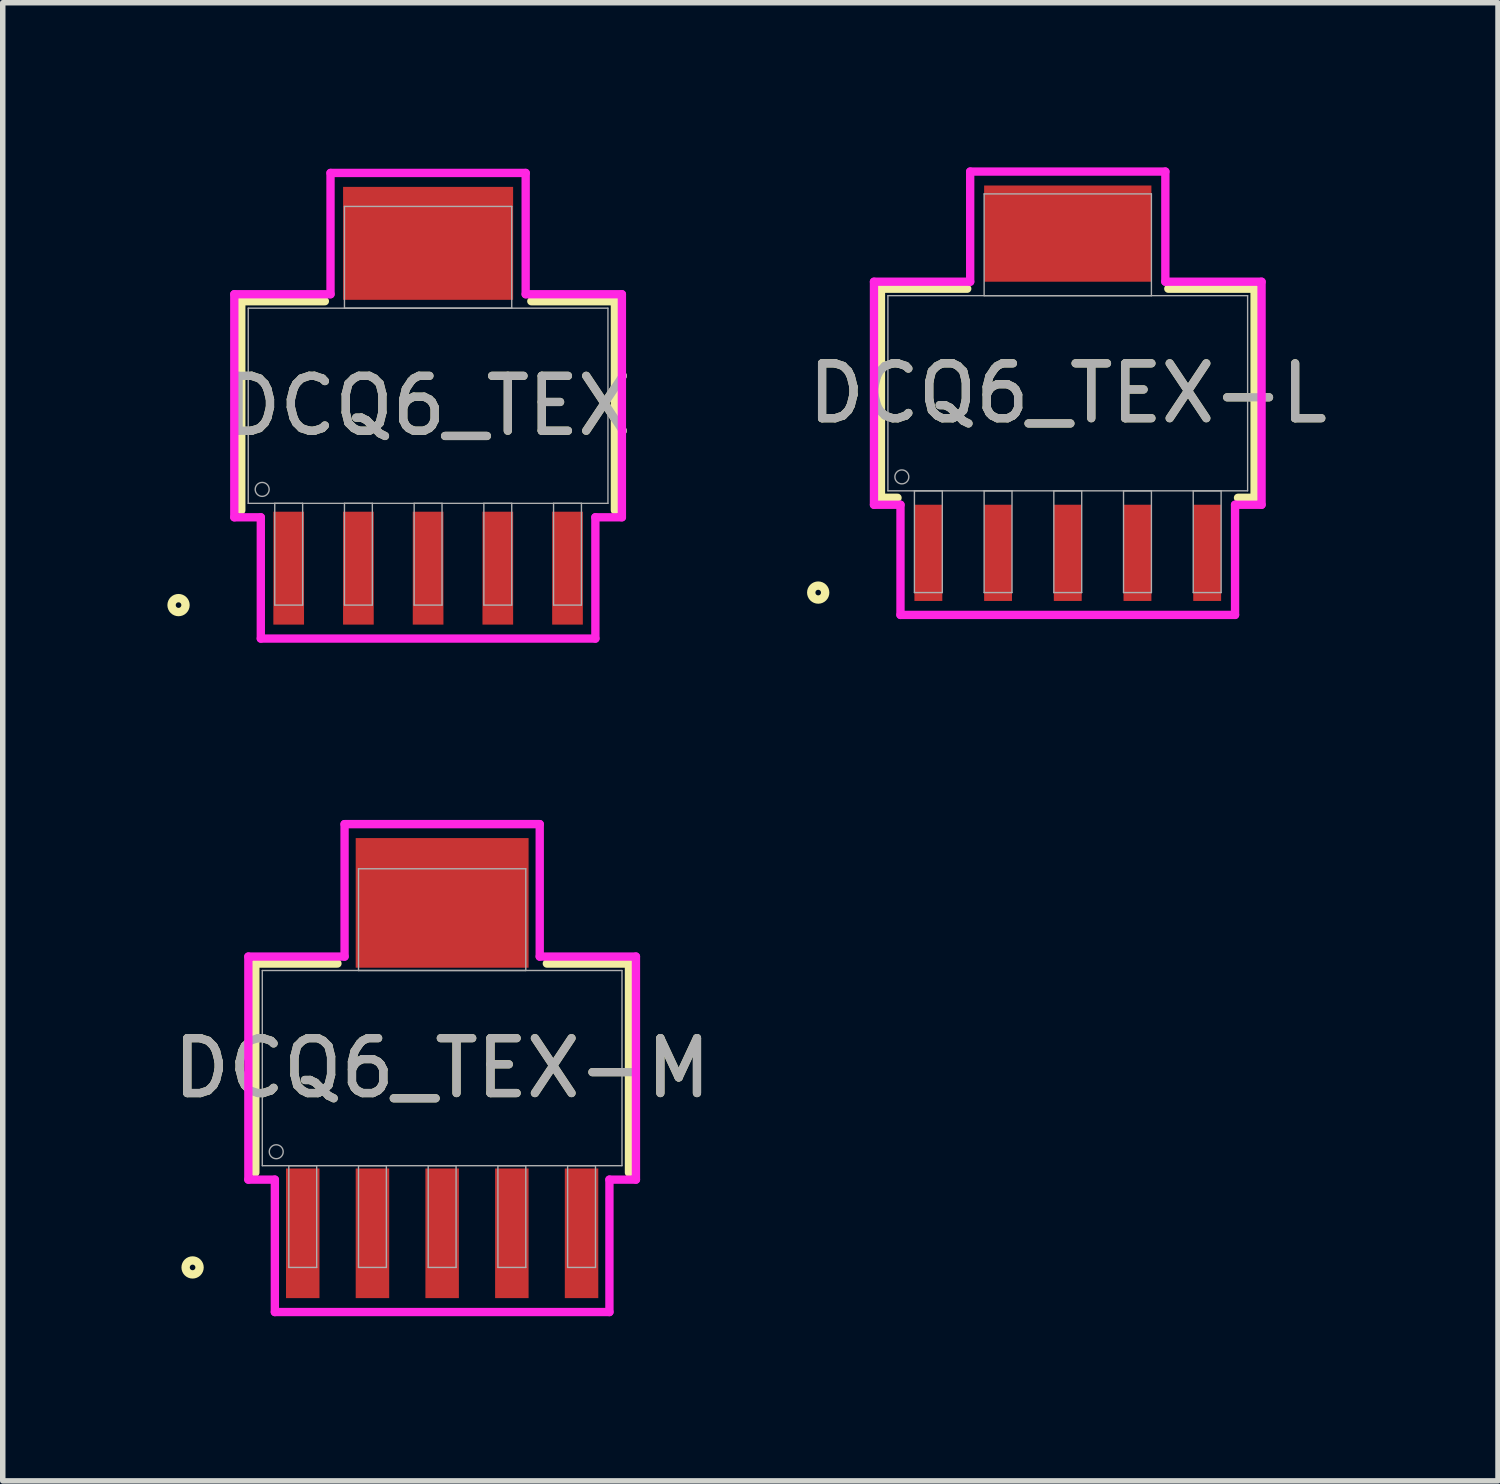
<source format=kicad_pcb>
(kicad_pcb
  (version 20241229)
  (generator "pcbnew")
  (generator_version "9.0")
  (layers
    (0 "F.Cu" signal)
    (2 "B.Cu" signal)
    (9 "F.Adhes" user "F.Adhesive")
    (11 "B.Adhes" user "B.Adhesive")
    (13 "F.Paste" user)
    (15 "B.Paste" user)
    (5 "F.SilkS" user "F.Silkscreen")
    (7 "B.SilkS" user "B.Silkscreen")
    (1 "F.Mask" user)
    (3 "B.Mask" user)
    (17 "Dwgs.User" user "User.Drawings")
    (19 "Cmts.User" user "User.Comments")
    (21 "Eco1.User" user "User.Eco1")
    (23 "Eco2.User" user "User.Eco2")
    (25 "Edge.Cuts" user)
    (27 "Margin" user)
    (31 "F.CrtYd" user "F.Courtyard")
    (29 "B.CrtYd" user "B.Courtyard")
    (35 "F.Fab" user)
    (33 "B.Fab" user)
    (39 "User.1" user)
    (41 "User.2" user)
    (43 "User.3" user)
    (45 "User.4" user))
  (footprint "DCQ6_TEX-L"
    (layer "F.Cu")
    (at 16.405 4.115)
    (property "Reference" "DCQ6_TEX-L" (at 0 0 0) (unlocked yes) (layer "F.SilkS") (effects (font (size 1 1) (thickness 0.15))))
    (attr smd)
    (fp_poly (pts (xy 1.524 -3.785) (xy -1.524 -3.785) (xy -1.524 -2.032) (xy 1.524 -2.032)) (stroke (width 0) (type solid)) (fill yes) (layer "F.Cu"))
    (fp_poly (pts (xy 1.524 -3.937) (xy -1.524 -3.937) (xy -1.524 -1.778) (xy 1.524 -1.778)) (stroke (width 0) (type solid)) (fill yes) (layer "F.Mask"))
    (fp_line (start -3.404 -1.905) (end -3.404 1.905) (stroke (width 0.152) (type solid)) (layer "F.SilkS"))
    (fp_line (start -3.404 1.905) (end -3.102 1.905) (stroke (width 0.152) (type solid)) (layer "F.SilkS"))
    (fp_line (start -1.832 -1.905) (end -3.404 -1.905) (stroke (width 0.152) (type solid)) (layer "F.SilkS"))
    (fp_line (start 3.102 1.905) (end 3.404 1.905) (stroke (width 0.152) (type solid)) (layer "F.SilkS"))
    (fp_line (start 3.404 -1.905) (end 1.832 -1.905) (stroke (width 0.152) (type solid)) (layer "F.SilkS"))
    (fp_line (start 3.404 1.905) (end 3.404 -1.905) (stroke (width 0.152) (type solid)) (layer "F.SilkS"))
    (fp_circle (center -4.547 3.632) (end -4.42 3.632) (stroke (width 0.152) (type solid)) (fill no) (layer "F.SilkS"))
    (fp_poly (pts (xy 1.524 -3.785) (xy -1.524 -3.785) (xy -1.524 -2.032) (xy 1.524 -2.032)) (stroke (width 0) (type solid)) (fill yes) (layer "F.Paste"))
    (fp_line (start -3.531 -2.032) (end -1.778 -2.032) (stroke (width 0.152) (type solid)) (layer "F.CrtYd"))
    (fp_line (start -3.531 2.032) (end -3.531 -2.032) (stroke (width 0.152) (type solid)) (layer "F.CrtYd"))
    (fp_line (start -3.048 2.032) (end -3.531 2.032) (stroke (width 0.152) (type solid)) (layer "F.CrtYd"))
    (fp_line (start -3.048 4.039) (end -3.048 2.032) (stroke (width 0.152) (type solid)) (layer "F.CrtYd"))
    (fp_line (start -1.778 -4.039) (end 1.778 -4.039) (stroke (width 0.152) (type solid)) (layer "F.CrtYd"))
    (fp_line (start -1.778 -2.032) (end -1.778 -4.039) (stroke (width 0.152) (type solid)) (layer "F.CrtYd"))
    (fp_line (start 1.778 -4.039) (end 1.778 -2.032) (stroke (width 0.152) (type solid)) (layer "F.CrtYd"))
    (fp_line (start 1.778 -2.032) (end 3.531 -2.032) (stroke (width 0.152) (type solid)) (layer "F.CrtYd"))
    (fp_line (start 3.048 2.032) (end 3.048 4.039) (stroke (width 0.152) (type solid)) (layer "F.CrtYd"))
    (fp_line (start 3.048 4.039) (end -3.048 4.039) (stroke (width 0.152) (type solid)) (layer "F.CrtYd"))
    (fp_line (start 3.531 -2.032) (end 3.531 2.032) (stroke (width 0.152) (type solid)) (layer "F.CrtYd"))
    (fp_line (start 3.531 2.032) (end 3.048 2.032) (stroke (width 0.152) (type solid)) (layer "F.CrtYd"))
    (fp_line (start -3.277 -1.778) (end -3.277 1.778) (stroke (width 0.025) (type solid)) (layer "F.Fab"))
    (fp_line (start -3.277 1.778) (end 3.277 1.778) (stroke (width 0.025) (type solid)) (layer "F.Fab"))
    (fp_line (start -2.794 1.778) (end -2.794 3.632) (stroke (width 0.025) (type solid)) (layer "F.Fab"))
    (fp_line (start -2.794 3.632) (end -2.286 3.632) (stroke (width 0.025) (type solid)) (layer "F.Fab"))
    (fp_line (start -2.286 1.778) (end -2.794 1.778) (stroke (width 0.025) (type solid)) (layer "F.Fab"))
    (fp_line (start -2.286 3.632) (end -2.286 1.778) (stroke (width 0.025) (type solid)) (layer "F.Fab"))
    (fp_line (start -1.524 -3.632) (end -1.524 -1.778) (stroke (width 0.025) (type solid)) (layer "F.Fab"))
    (fp_line (start -1.524 -1.778) (end 1.524 -1.778) (stroke (width 0.025) (type solid)) (layer "F.Fab"))
    (fp_line (start -1.524 1.778) (end -1.524 3.632) (stroke (width 0.025) (type solid)) (layer "F.Fab"))
    (fp_line (start -1.524 3.632) (end -1.016 3.632) (stroke (width 0.025) (type solid)) (layer "F.Fab"))
    (fp_line (start -1.016 1.778) (end -1.524 1.778) (stroke (width 0.025) (type solid)) (layer "F.Fab"))
    (fp_line (start -1.016 3.632) (end -1.016 1.778) (stroke (width 0.025) (type solid)) (layer "F.Fab"))
    (fp_line (start -0.254 1.778) (end -0.254 3.632) (stroke (width 0.025) (type solid)) (layer "F.Fab"))
    (fp_line (start -0.254 3.632) (end 0.254 3.632) (stroke (width 0.025) (type solid)) (layer "F.Fab"))
    (fp_line (start 0.254 1.778) (end -0.254 1.778) (stroke (width 0.025) (type solid)) (layer "F.Fab"))
    (fp_line (start 0.254 3.632) (end 0.254 1.778) (stroke (width 0.025) (type solid)) (layer "F.Fab"))
    (fp_line (start 1.016 1.778) (end 1.016 3.632) (stroke (width 0.025) (type solid)) (layer "F.Fab"))
    (fp_line (start 1.016 3.632) (end 1.524 3.632) (stroke (width 0.025) (type solid)) (layer "F.Fab"))
    (fp_line (start 1.524 -3.632) (end -1.524 -3.632) (stroke (width 0.025) (type solid)) (layer "F.Fab"))
    (fp_line (start 1.524 -1.778) (end 1.524 -3.632) (stroke (width 0.025) (type solid)) (layer "F.Fab"))
    (fp_line (start 1.524 1.778) (end 1.016 1.778) (stroke (width 0.025) (type solid)) (layer "F.Fab"))
    (fp_line (start 1.524 3.632) (end 1.524 1.778) (stroke (width 0.025) (type solid)) (layer "F.Fab"))
    (fp_line (start 2.286 1.778) (end 2.286 3.632) (stroke (width 0.025) (type solid)) (layer "F.Fab"))
    (fp_line (start 2.286 3.632) (end 2.794 3.632) (stroke (width 0.025) (type solid)) (layer "F.Fab"))
    (fp_line (start 2.794 1.778) (end 2.286 1.778) (stroke (width 0.025) (type solid)) (layer "F.Fab"))
    (fp_line (start 2.794 3.632) (end 2.794 1.778) (stroke (width 0.025) (type solid)) (layer "F.Fab"))
    (fp_line (start 3.277 -1.778) (end -3.277 -1.778) (stroke (width 0.025) (type solid)) (layer "F.Fab"))
    (fp_line (start 3.277 1.778) (end 3.277 -1.778) (stroke (width 0.025) (type solid)) (layer "F.Fab"))
    (fp_circle (center -3.023 1.524) (end -2.896 1.524) (stroke (width 0.025) (type solid)) (fill no) (layer "F.Fab"))
    (fp_text user "${REFERENCE}" (at 0 0 0) (unlocked yes) (layer "F.Fab") (effects (font (size 1 1) (thickness 0.15))))
    (pad "1" smd rect (at -2.54 2.908) (size 0.508 1.753) (layers "F.Cu" "F.Mask" "F.Paste"))
    (pad "2" smd rect (at -1.27 2.908) (size 0.508 1.753) (layers "F.Cu" "F.Mask" "F.Paste"))
    (pad "3" smd rect (at 0 2.908) (size 0.508 1.753) (layers "F.Cu" "F.Mask" "F.Paste"))
    (pad "4" smd rect (at 1.27 2.908) (size 0.508 1.753) (layers "F.Cu" "F.Mask" "F.Paste"))
    (pad "5" smd rect (at 2.54 2.908) (size 0.508 1.753) (layers "F.Cu" "F.Mask" "F.Paste")))
  (footprint "DCQ6_TEX-M"
    (layer "F.Cu")
    (at 5.006 16.411)
    (property "Reference" "DCQ6_TEX-M" (at 0 0 0) (unlocked yes) (layer "F.SilkS") (effects (font (size 1 1) (thickness 0.15))))
    (attr smd)
    (fp_poly (pts (xy 1.575 -4.191) (xy -1.575 -4.191) (xy -1.575 -1.829) (xy 1.575 -1.829)) (stroke (width 0) (type solid)) (fill yes) (layer "F.Cu"))
    (fp_poly (pts (xy 1.626 -4.75) (xy -1.626 -4.75) (xy -1.626 -1.372) (xy 1.626 -1.372)) (stroke (width 0) (type solid)) (fill yes) (layer "F.Mask"))
    (fp_line (start -3.404 -1.905) (end -3.404 1.905) (stroke (width 0.152) (type solid)) (layer "F.SilkS"))
    (fp_line (start -1.908 -1.905) (end -3.404 -1.905) (stroke (width 0.152) (type solid)) (layer "F.SilkS"))
    (fp_line (start 3.404 -1.905) (end 1.908 -1.905) (stroke (width 0.152) (type solid)) (layer "F.SilkS"))
    (fp_line (start 3.404 1.905) (end 3.404 -1.905) (stroke (width 0.152) (type solid)) (layer "F.SilkS"))
    (fp_circle (center -4.547 3.632) (end -4.42 3.632) (stroke (width 0.152) (type solid)) (fill no) (layer "F.SilkS"))
    (fp_poly (pts (xy 1.575 -4.191) (xy -1.575 -4.191) (xy -1.575 -1.829) (xy 1.575 -1.829)) (stroke (width 0) (type solid)) (fill yes) (layer "F.Paste"))
    (fp_line (start -3.531 -2.032) (end -1.778 -2.032) (stroke (width 0.152) (type solid)) (layer "F.CrtYd"))
    (fp_line (start -3.531 2.032) (end -3.531 -2.032) (stroke (width 0.152) (type solid)) (layer "F.CrtYd"))
    (fp_line (start -3.048 2.032) (end -3.531 2.032) (stroke (width 0.152) (type solid)) (layer "F.CrtYd"))
    (fp_line (start -3.048 4.445) (end -3.048 2.032) (stroke (width 0.152) (type solid)) (layer "F.CrtYd"))
    (fp_line (start -1.778 -4.445) (end 1.778 -4.445) (stroke (width 0.152) (type solid)) (layer "F.CrtYd"))
    (fp_line (start -1.778 -2.032) (end -1.778 -4.445) (stroke (width 0.152) (type solid)) (layer "F.CrtYd"))
    (fp_line (start 1.778 -4.445) (end 1.778 -2.032) (stroke (width 0.152) (type solid)) (layer "F.CrtYd"))
    (fp_line (start 1.778 -2.032) (end 3.531 -2.032) (stroke (width 0.152) (type solid)) (layer "F.CrtYd"))
    (fp_line (start 3.048 2.032) (end 3.048 4.445) (stroke (width 0.152) (type solid)) (layer "F.CrtYd"))
    (fp_line (start 3.048 4.445) (end -3.048 4.445) (stroke (width 0.152) (type solid)) (layer "F.CrtYd"))
    (fp_line (start 3.531 -2.032) (end 3.531 2.032) (stroke (width 0.152) (type solid)) (layer "F.CrtYd"))
    (fp_line (start 3.531 2.032) (end 3.048 2.032) (stroke (width 0.152) (type solid)) (layer "F.CrtYd"))
    (fp_line (start -3.277 -1.778) (end -3.277 1.778) (stroke (width 0.025) (type solid)) (layer "F.Fab"))
    (fp_line (start -3.277 1.778) (end 3.277 1.778) (stroke (width 0.025) (type solid)) (layer "F.Fab"))
    (fp_line (start -2.794 1.778) (end -2.794 3.632) (stroke (width 0.025) (type solid)) (layer "F.Fab"))
    (fp_line (start -2.794 3.632) (end -2.286 3.632) (stroke (width 0.025) (type solid)) (layer "F.Fab"))
    (fp_line (start -2.286 1.778) (end -2.794 1.778) (stroke (width 0.025) (type solid)) (layer "F.Fab"))
    (fp_line (start -2.286 3.632) (end -2.286 1.778) (stroke (width 0.025) (type solid)) (layer "F.Fab"))
    (fp_line (start -1.524 -3.632) (end -1.524 -1.778) (stroke (width 0.025) (type solid)) (layer "F.Fab"))
    (fp_line (start -1.524 -1.778) (end 1.524 -1.778) (stroke (width 0.025) (type solid)) (layer "F.Fab"))
    (fp_line (start -1.524 1.778) (end -1.524 3.632) (stroke (width 0.025) (type solid)) (layer "F.Fab"))
    (fp_line (start -1.524 3.632) (end -1.016 3.632) (stroke (width 0.025) (type solid)) (layer "F.Fab"))
    (fp_line (start -1.016 1.778) (end -1.524 1.778) (stroke (width 0.025) (type solid)) (layer "F.Fab"))
    (fp_line (start -1.016 3.632) (end -1.016 1.778) (stroke (width 0.025) (type solid)) (layer "F.Fab"))
    (fp_line (start -0.254 1.778) (end -0.254 3.632) (stroke (width 0.025) (type solid)) (layer "F.Fab"))
    (fp_line (start -0.254 3.632) (end 0.254 3.632) (stroke (width 0.025) (type solid)) (layer "F.Fab"))
    (fp_line (start 0.254 1.778) (end -0.254 1.778) (stroke (width 0.025) (type solid)) (layer "F.Fab"))
    (fp_line (start 0.254 3.632) (end 0.254 1.778) (stroke (width 0.025) (type solid)) (layer "F.Fab"))
    (fp_line (start 1.016 1.778) (end 1.016 3.632) (stroke (width 0.025) (type solid)) (layer "F.Fab"))
    (fp_line (start 1.016 3.632) (end 1.524 3.632) (stroke (width 0.025) (type solid)) (layer "F.Fab"))
    (fp_line (start 1.524 -3.632) (end -1.524 -3.632) (stroke (width 0.025) (type solid)) (layer "F.Fab"))
    (fp_line (start 1.524 -1.778) (end 1.524 -3.632) (stroke (width 0.025) (type solid)) (layer "F.Fab"))
    (fp_line (start 1.524 1.778) (end 1.016 1.778) (stroke (width 0.025) (type solid)) (layer "F.Fab"))
    (fp_line (start 1.524 3.632) (end 1.524 1.778) (stroke (width 0.025) (type solid)) (layer "F.Fab"))
    (fp_line (start 2.286 1.778) (end 2.286 3.632) (stroke (width 0.025) (type solid)) (layer "F.Fab"))
    (fp_line (start 2.286 3.632) (end 2.794 3.632) (stroke (width 0.025) (type solid)) (layer "F.Fab"))
    (fp_line (start 2.794 1.778) (end 2.286 1.778) (stroke (width 0.025) (type solid)) (layer "F.Fab"))
    (fp_line (start 2.794 3.632) (end 2.794 1.778) (stroke (width 0.025) (type solid)) (layer "F.Fab"))
    (fp_line (start 3.277 -1.778) (end -3.277 -1.778) (stroke (width 0.025) (type solid)) (layer "F.Fab"))
    (fp_line (start 3.277 1.778) (end 3.277 -1.778) (stroke (width 0.025) (type solid)) (layer "F.Fab"))
    (fp_circle (center -3.023 1.524) (end -2.896 1.524) (stroke (width 0.025) (type solid)) (fill no) (layer "F.Fab"))
    (fp_text user "${REFERENCE}" (at 0 0 0) (unlocked yes) (layer "F.Fab") (effects (font (size 1 1) (thickness 0.15))))
    (pad "1" smd rect (at -2.54 3.01) (size 0.61 2.362) (layers "F.Cu" "F.Mask" "F.Paste"))
    (pad "2" smd rect (at -1.27 3.01) (size 0.61 2.362) (layers "F.Cu" "F.Mask" "F.Paste"))
    (pad "3" smd rect (at 0 3.01) (size 0.61 2.362) (layers "F.Cu" "F.Mask" "F.Paste"))
    (pad "4" smd rect (at 1.27 3.01) (size 0.61 2.362) (layers "F.Cu" "F.Mask" "F.Paste"))
    (pad "5" smd rect (at 2.54 3.01) (size 0.61 2.362) (layers "F.Cu" "F.Mask" "F.Paste")))
  (footprint "DCQ6_TEX"
    (layer "F.Cu")
    (at 4.75 4.343)
    (property "Reference" "DCQ6_TEX" (at 0 0 0) (unlocked yes) (layer "F.SilkS") (effects (font (size 1 1) (thickness 0.15))))
    (attr smd)
    (fp_poly (pts (xy 1.549 -3.988) (xy -1.549 -3.988) (xy -1.549 -1.93) (xy 1.549 -1.93)) (stroke (width 0) (type solid)) (fill yes) (layer "F.Cu"))
    (fp_poly (pts (xy 1.575 -4.343) (xy -1.575 -4.343) (xy -1.575 -1.575) (xy 1.575 -1.575)) (stroke (width 0) (type solid)) (fill yes) (layer "F.Mask"))
    (fp_line (start -3.404 -1.905) (end -3.404 1.905) (stroke (width 0.152) (type solid)) (layer "F.SilkS"))
    (fp_line (start -1.881 -1.905) (end -3.404 -1.905) (stroke (width 0.152) (type solid)) (layer "F.SilkS"))
    (fp_line (start 3.404 -1.905) (end 1.881 -1.905) (stroke (width 0.152) (type solid)) (layer "F.SilkS"))
    (fp_line (start 3.404 1.905) (end 3.404 -1.905) (stroke (width 0.152) (type solid)) (layer "F.SilkS"))
    (fp_circle (center -4.547 3.632) (end -4.42 3.632) (stroke (width 0.152) (type solid)) (fill no) (layer "F.SilkS"))
    (fp_poly (pts (xy 1.549 -3.988) (xy -1.549 -3.988) (xy -1.549 -1.93) (xy 1.549 -1.93)) (stroke (width 0) (type solid)) (fill yes) (layer "F.Paste"))
    (fp_line (start -3.531 -2.032) (end -1.778 -2.032) (stroke (width 0.152) (type solid)) (layer "F.CrtYd"))
    (fp_line (start -3.531 2.032) (end -3.531 -2.032) (stroke (width 0.152) (type solid)) (layer "F.CrtYd"))
    (fp_line (start -3.048 2.032) (end -3.531 2.032) (stroke (width 0.152) (type solid)) (layer "F.CrtYd"))
    (fp_line (start -3.048 4.242) (end -3.048 2.032) (stroke (width 0.152) (type solid)) (layer "F.CrtYd"))
    (fp_line (start -1.778 -4.242) (end 1.778 -4.242) (stroke (width 0.152) (type solid)) (layer "F.CrtYd"))
    (fp_line (start -1.778 -2.032) (end -1.778 -4.242) (stroke (width 0.152) (type solid)) (layer "F.CrtYd"))
    (fp_line (start 1.778 -4.242) (end 1.778 -2.032) (stroke (width 0.152) (type solid)) (layer "F.CrtYd"))
    (fp_line (start 1.778 -2.032) (end 3.531 -2.032) (stroke (width 0.152) (type solid)) (layer "F.CrtYd"))
    (fp_line (start 3.048 2.032) (end 3.048 4.242) (stroke (width 0.152) (type solid)) (layer "F.CrtYd"))
    (fp_line (start 3.048 4.242) (end -3.048 4.242) (stroke (width 0.152) (type solid)) (layer "F.CrtYd"))
    (fp_line (start 3.531 -2.032) (end 3.531 2.032) (stroke (width 0.152) (type solid)) (layer "F.CrtYd"))
    (fp_line (start 3.531 2.032) (end 3.048 2.032) (stroke (width 0.152) (type solid)) (layer "F.CrtYd"))
    (fp_line (start -3.277 -1.778) (end -3.277 1.778) (stroke (width 0.025) (type solid)) (layer "F.Fab"))
    (fp_line (start -3.277 1.778) (end 3.277 1.778) (stroke (width 0.025) (type solid)) (layer "F.Fab"))
    (fp_line (start -2.794 1.778) (end -2.794 3.632) (stroke (width 0.025) (type solid)) (layer "F.Fab"))
    (fp_line (start -2.794 3.632) (end -2.286 3.632) (stroke (width 0.025) (type solid)) (layer "F.Fab"))
    (fp_line (start -2.286 1.778) (end -2.794 1.778) (stroke (width 0.025) (type solid)) (layer "F.Fab"))
    (fp_line (start -2.286 3.632) (end -2.286 1.778) (stroke (width 0.025) (type solid)) (layer "F.Fab"))
    (fp_line (start -1.524 -3.632) (end -1.524 -1.778) (stroke (width 0.025) (type solid)) (layer "F.Fab"))
    (fp_line (start -1.524 -1.778) (end 1.524 -1.778) (stroke (width 0.025) (type solid)) (layer "F.Fab"))
    (fp_line (start -1.524 1.778) (end -1.524 3.632) (stroke (width 0.025) (type solid)) (layer "F.Fab"))
    (fp_line (start -1.524 3.632) (end -1.016 3.632) (stroke (width 0.025) (type solid)) (layer "F.Fab"))
    (fp_line (start -1.016 1.778) (end -1.524 1.778) (stroke (width 0.025) (type solid)) (layer "F.Fab"))
    (fp_line (start -1.016 3.632) (end -1.016 1.778) (stroke (width 0.025) (type solid)) (layer "F.Fab"))
    (fp_line (start -0.254 1.778) (end -0.254 3.632) (stroke (width 0.025) (type solid)) (layer "F.Fab"))
    (fp_line (start -0.254 3.632) (end 0.254 3.632) (stroke (width 0.025) (type solid)) (layer "F.Fab"))
    (fp_line (start 0.254 1.778) (end -0.254 1.778) (stroke (width 0.025) (type solid)) (layer "F.Fab"))
    (fp_line (start 0.254 3.632) (end 0.254 1.778) (stroke (width 0.025) (type solid)) (layer "F.Fab"))
    (fp_line (start 1.016 1.778) (end 1.016 3.632) (stroke (width 0.025) (type solid)) (layer "F.Fab"))
    (fp_line (start 1.016 3.632) (end 1.524 3.632) (stroke (width 0.025) (type solid)) (layer "F.Fab"))
    (fp_line (start 1.524 -3.632) (end -1.524 -3.632) (stroke (width 0.025) (type solid)) (layer "F.Fab"))
    (fp_line (start 1.524 -1.778) (end 1.524 -3.632) (stroke (width 0.025) (type solid)) (layer "F.Fab"))
    (fp_line (start 1.524 1.778) (end 1.016 1.778) (stroke (width 0.025) (type solid)) (layer "F.Fab"))
    (fp_line (start 1.524 3.632) (end 1.524 1.778) (stroke (width 0.025) (type solid)) (layer "F.Fab"))
    (fp_line (start 2.286 1.778) (end 2.286 3.632) (stroke (width 0.025) (type solid)) (layer "F.Fab"))
    (fp_line (start 2.286 3.632) (end 2.794 3.632) (stroke (width 0.025) (type solid)) (layer "F.Fab"))
    (fp_line (start 2.794 1.778) (end 2.286 1.778) (stroke (width 0.025) (type solid)) (layer "F.Fab"))
    (fp_line (start 2.794 3.632) (end 2.794 1.778) (stroke (width 0.025) (type solid)) (layer "F.Fab"))
    (fp_line (start 3.277 -1.778) (end -3.277 -1.778) (stroke (width 0.025) (type solid)) (layer "F.Fab"))
    (fp_line (start 3.277 1.778) (end 3.277 -1.778) (stroke (width 0.025) (type solid)) (layer "F.Fab"))
    (fp_circle (center -3.023 1.524) (end -2.896 1.524) (stroke (width 0.025) (type solid)) (fill no) (layer "F.Fab"))
    (fp_text user "${REFERENCE}" (at 0 0 0) (unlocked yes) (layer "F.Fab") (effects (font (size 1 1) (thickness 0.15))))
    (pad "1" smd rect (at -2.54 2.959) (size 0.559 2.057) (layers "F.Cu" "F.Mask" "F.Paste"))
    (pad "2" smd rect (at -1.27 2.959) (size 0.559 2.057) (layers "F.Cu" "F.Mask" "F.Paste"))
    (pad "3" smd rect (at 0 2.959) (size 0.559 2.057) (layers "F.Cu" "F.Mask" "F.Paste"))
    (pad "4" smd rect (at 1.27 2.959) (size 0.559 2.057) (layers "F.Cu" "F.Mask" "F.Paste"))
    (pad "5" smd rect (at 2.54 2.959) (size 0.559 2.057) (layers "F.Cu" "F.Mask" "F.Paste")))
  (gr_rect
    (start -3 -3)
    (end 24.244 23.932)
    (stroke (width 0.1) (type default))
    (fill no)
    (layer "Edge.Cuts")))
</source>
